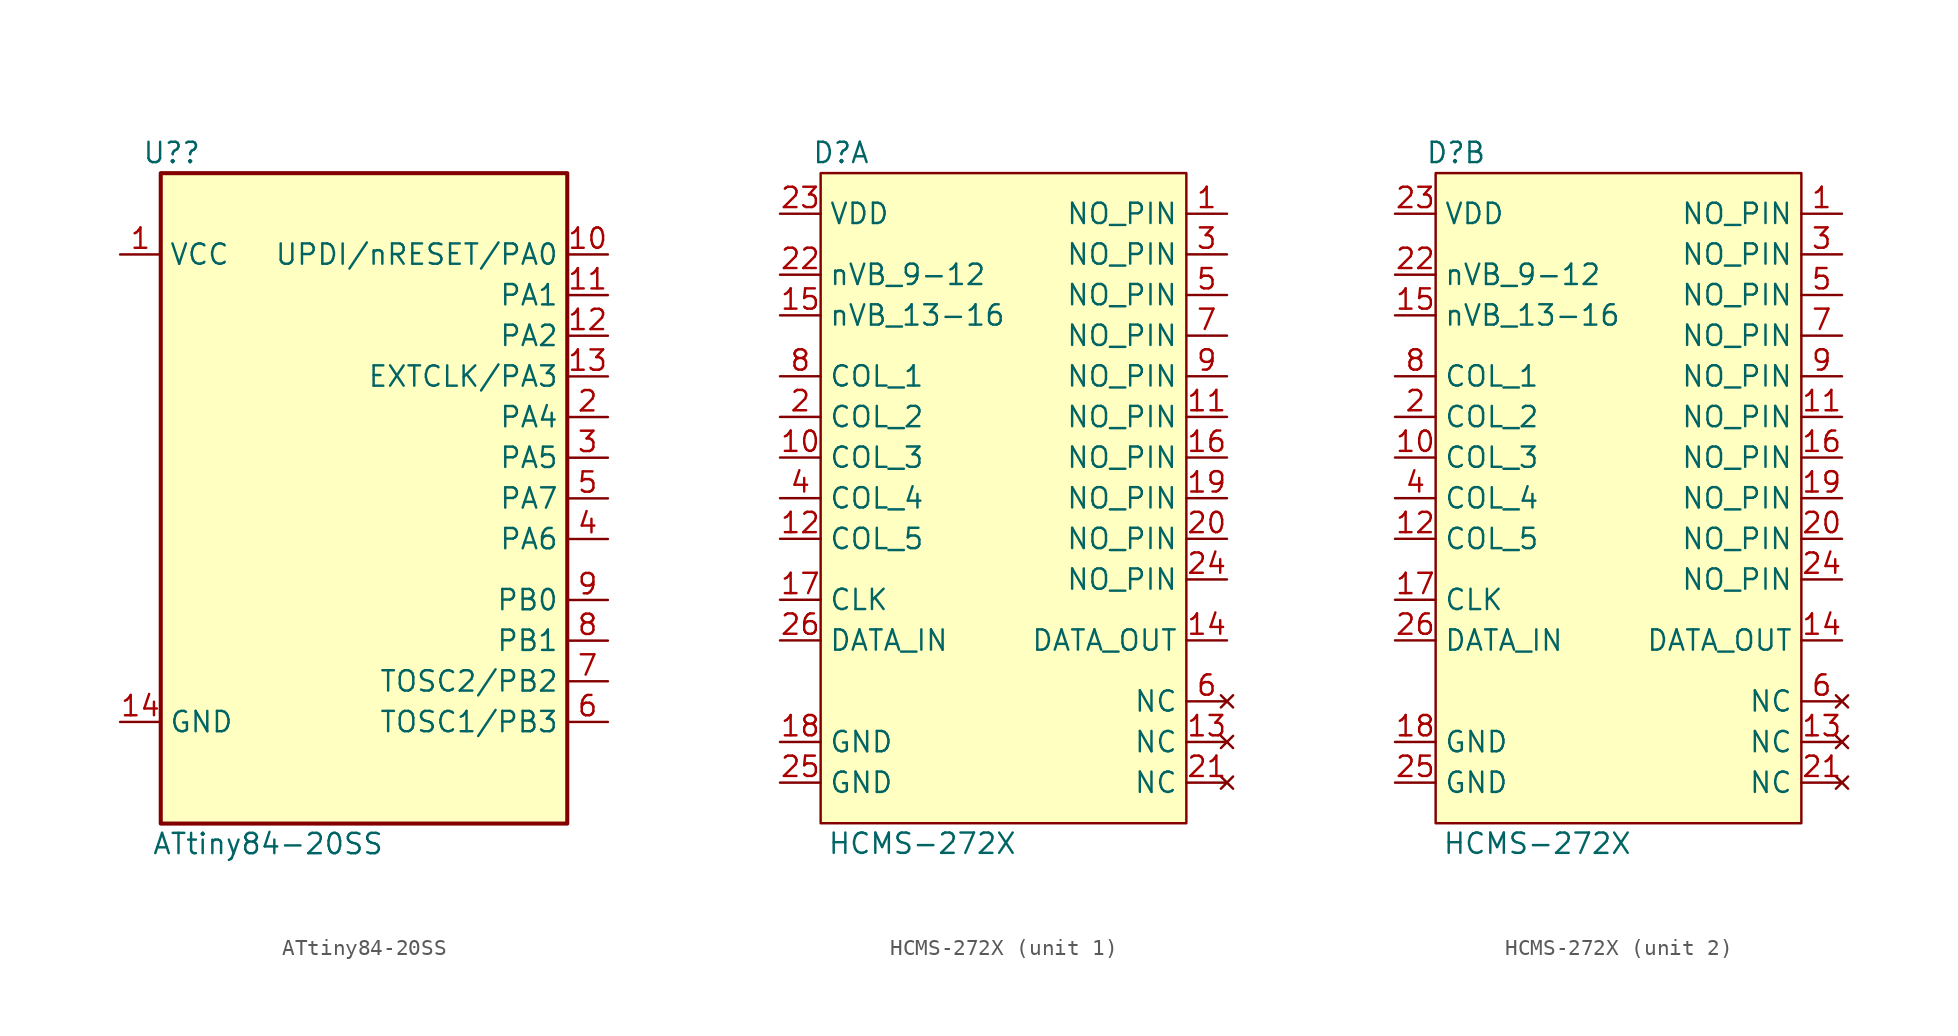
<source format=kicad_sym>
(kicad_symbol_lib
  (version 20211014)
  (generator kicad_symbol_editor)
  (symbol "ATtiny84-20SS"
    (property "Reference" "U?"
      (at -10.16 21.59 0)
      (effects (font (size 1.27 1.27)) (justify right)))
    (property "Value" "ATtiny84-20SS"
      (at 1.27 -21.59 0)
      (effects (font (size 1.27 1.27)) (justify right)))
    (symbol "ATtiny84-20SS_0_1"
      (rectangle (start -12.7 -20.32) (end 12.7 20.32) (stroke (width 0.254) (type default) (color 0 0 0 0)) (fill (type background))))
    (symbol "ATtiny84-20SS_1_1"
      (pin power_in line (at -15.24 15.24 0) (length 2.54) (name "VCC" (effects (font (size 1.27 1.27)))) (number "1" (effects (font (size 1.27 1.27)))))
      (pin bidirectional line (at 15.24 15.24 180) (length 2.54) (name "UPDI/nRESET/PA0" (effects (font (size 1.27 1.27)))) (number "10" (effects (font (size 1.27 1.27)))))
      (pin bidirectional line (at 15.24 12.7 180) (length 2.54) (name "PA1" (effects (font (size 1.27 1.27)))) (number "11" (effects (font (size 1.27 1.27)))))
      (pin bidirectional line (at 15.24 10.16 180) (length 2.54) (name "PA2" (effects (font (size 1.27 1.27)))) (number "12" (effects (font (size 1.27 1.27)))))
      (pin bidirectional line (at 15.24 7.62 180) (length 2.54) (name "EXTCLK/PA3" (effects (font (size 1.27 1.27)))) (number "13" (effects (font (size 1.27 1.27)))))
      (pin power_in line (at -15.24 -13.97 0) (length 2.54) (name "GND" (effects (font (size 1.27 1.27)))) (number "14" (effects (font (size 1.27 1.27)))))
      (pin bidirectional line (at 15.24 5.08 180) (length 2.54) (name "PA4" (effects (font (size 1.27 1.27)))) (number "2" (effects (font (size 1.27 1.27)))))
      (pin bidirectional line (at 15.24 2.54 180) (length 2.54) (name "PA5" (effects (font (size 1.27 1.27)))) (number "3" (effects (font (size 1.27 1.27)))))
      (pin bidirectional line (at 15.24 -2.54 180) (length 2.54) (name "PA6" (effects (font (size 1.27 1.27)))) (number "4" (effects (font (size 1.27 1.27)))))
      (pin bidirectional line (at 15.24 0 180) (length 2.54) (name "PA7" (effects (font (size 1.27 1.27)))) (number "5" (effects (font (size 1.27 1.27)))))
      (pin bidirectional line (at 15.24 -13.97 180) (length 2.54) (name "TOSC1/PB3" (effects (font (size 1.27 1.27)))) (number "6" (effects (font (size 1.27 1.27)))))
      (pin bidirectional line (at 15.24 -11.43 180) (length 2.54) (name "TOSC2/PB2" (effects (font (size 1.27 1.27)))) (number "7" (effects (font (size 1.27 1.27)))))
      (pin bidirectional line (at 15.24 -8.89 180) (length 2.54) (name "PB1" (effects (font (size 1.27 1.27)))) (number "8" (effects (font (size 1.27 1.27)))))
      (pin bidirectional line (at 15.24 -6.35 180) (length 2.54) (name "PB0" (effects (font (size 1.27 1.27)))) (number "9" (effects (font (size 1.27 1.27)))))))
  (symbol "HCMS-272X"
    (property "Reference" "D"
      (at 1.27 41.91 0)
      (effects (font (size 1.27 1.27))))
    (property "Value" "HCMS-272X"
      (at 6.35 -1.27 0)
      (effects (font (size 1.27 1.27))))
    (symbol "HCMS-272X_0_1"
      (rectangle (start 0 40.64) (end 22.86 0) (stroke (width 0) (type default) (color 0 0 0 0)) (fill (type background))))
    (symbol "HCMS-272X_1_1"
      (pin free line (at 25.4 38.1 180) (length 2.54) (name "NO_PIN" (effects (font (size 1.27 1.27)))) (number "1" (effects (font (size 1.27 1.27)))))
      (pin input line (at -2.54 22.86 0) (length 2.54) (name "COL_3" (effects (font (size 1.27 1.27)))) (number "10" (effects (font (size 1.27 1.27)))))
      (pin free line (at 25.4 25.4 180) (length 2.54) (name "NO_PIN" (effects (font (size 1.27 1.27)))) (number "11" (effects (font (size 1.27 1.27)))))
      (pin input line (at -2.54 17.78 0) (length 2.54) (name "COL_5" (effects (font (size 1.27 1.27)))) (number "12" (effects (font (size 1.27 1.27)))))
      (pin no_connect line (at 25.4 5.08 180) (length 2.54) (name "NC" (effects (font (size 1.27 1.27)))) (number "13" (effects (font (size 1.27 1.27)))))
      (pin output line (at 25.4 11.43 180) (length 2.54) (name "DATA_OUT" (effects (font (size 1.27 1.27)))) (number "14" (effects (font (size 1.27 1.27)))))
      (pin input line (at -2.54 31.75 0) (length 2.54) (name "nVB_13-16" (effects (font (size 1.27 1.27)))) (number "15" (effects (font (size 1.27 1.27)))))
      (pin free line (at 25.4 22.86 180) (length 2.54) (name "NO_PIN" (effects (font (size 1.27 1.27)))) (number "16" (effects (font (size 1.27 1.27)))))
      (pin input line (at -2.54 13.97 0) (length 2.54) (name "CLK" (effects (font (size 1.27 1.27)))) (number "17" (effects (font (size 1.27 1.27)))))
      (pin power_out line (at -2.54 5.08 0) (length 2.54) (name "GND" (effects (font (size 1.27 1.27)))) (number "18" (effects (font (size 1.27 1.27)))))
      (pin free line (at 25.4 20.32 180) (length 2.54) (name "NO_PIN" (effects (font (size 1.27 1.27)))) (number "19" (effects (font (size 1.27 1.27)))))
      (pin input line (at -2.54 25.4 0) (length 2.54) (name "COL_2" (effects (font (size 1.27 1.27)))) (number "2" (effects (font (size 1.27 1.27)))))
      (pin free line (at 25.4 17.78 180) (length 2.54) (name "NO_PIN" (effects (font (size 1.27 1.27)))) (number "20" (effects (font (size 1.27 1.27)))))
      (pin no_connect line (at 25.4 2.54 180) (length 2.54) (name "NC" (effects (font (size 1.27 1.27)))) (number "21" (effects (font (size 1.27 1.27)))))
      (pin input line (at -2.54 34.29 0) (length 2.54) (name "nVB_9-12" (effects (font (size 1.27 1.27)))) (number "22" (effects (font (size 1.27 1.27)))))
      (pin power_in line (at -2.54 38.1 0) (length 2.54) (name "VDD" (effects (font (size 1.27 1.27)))) (number "23" (effects (font (size 1.27 1.27)))))
      (pin free line (at 25.4 15.24 180) (length 2.54) (name "NO_PIN" (effects (font (size 1.27 1.27)))) (number "24" (effects (font (size 1.27 1.27)))))
      (pin power_out line (at -2.54 2.54 0) (length 2.54) (name "GND" (effects (font (size 1.27 1.27)))) (number "25" (effects (font (size 1.27 1.27)))))
      (pin input line (at -2.54 11.43 0) (length 2.54) (name "DATA_IN" (effects (font (size 1.27 1.27)))) (number "26" (effects (font (size 1.27 1.27)))))
      (pin free line (at 25.4 35.56 180) (length 2.54) (name "NO_PIN" (effects (font (size 1.27 1.27)))) (number "3" (effects (font (size 1.27 1.27)))))
      (pin input line (at -2.54 20.32 0) (length 2.54) (name "COL_4" (effects (font (size 1.27 1.27)))) (number "4" (effects (font (size 1.27 1.27)))))
      (pin free line (at 25.4 33.02 180) (length 2.54) (name "NO_PIN" (effects (font (size 1.27 1.27)))) (number "5" (effects (font (size 1.27 1.27)))))
      (pin no_connect line (at 25.4 7.62 180) (length 2.54) (name "NC" (effects (font (size 1.27 1.27)))) (number "6" (effects (font (size 1.27 1.27)))))
      (pin free line (at 25.4 30.48 180) (length 2.54) (name "NO_PIN" (effects (font (size 1.27 1.27)))) (number "7" (effects (font (size 1.27 1.27)))))
      (pin input line (at -2.54 27.94 0) (length 2.54) (name "COL_1" (effects (font (size 1.27 1.27)))) (number "8" (effects (font (size 1.27 1.27)))))
      (pin free line (at 25.4 27.94 180) (length 2.54) (name "NO_PIN" (effects (font (size 1.27 1.27)))) (number "9" (effects (font (size 1.27 1.27))))))
    (symbol "HCMS-272X_2_1"
      (pin free line (at 25.4 38.1 180) (length 2.54) (name "NO_PIN" (effects (font (size 1.27 1.27)))) (number "1" (effects (font (size 1.27 1.27)))))
      (pin input line (at -2.54 22.86 0) (length 2.54) (name "COL_3" (effects (font (size 1.27 1.27)))) (number "10" (effects (font (size 1.27 1.27)))))
      (pin free line (at 25.4 25.4 180) (length 2.54) (name "NO_PIN" (effects (font (size 1.27 1.27)))) (number "11" (effects (font (size 1.27 1.27)))))
      (pin input line (at -2.54 17.78 0) (length 2.54) (name "COL_5" (effects (font (size 1.27 1.27)))) (number "12" (effects (font (size 1.27 1.27)))))
      (pin no_connect line (at 25.4 5.08 180) (length 2.54) (name "NC" (effects (font (size 1.27 1.27)))) (number "13" (effects (font (size 1.27 1.27)))))
      (pin output line (at 25.4 11.43 180) (length 2.54) (name "DATA_OUT" (effects (font (size 1.27 1.27)))) (number "14" (effects (font (size 1.27 1.27)))))
      (pin input line (at -2.54 31.75 0) (length 2.54) (name "nVB_13-16" (effects (font (size 1.27 1.27)))) (number "15" (effects (font (size 1.27 1.27)))))
      (pin free line (at 25.4 22.86 180) (length 2.54) (name "NO_PIN" (effects (font (size 1.27 1.27)))) (number "16" (effects (font (size 1.27 1.27)))))
      (pin input line (at -2.54 13.97 0) (length 2.54) (name "CLK" (effects (font (size 1.27 1.27)))) (number "17" (effects (font (size 1.27 1.27)))))
      (pin power_out line (at -2.54 5.08 0) (length 2.54) (name "GND" (effects (font (size 1.27 1.27)))) (number "18" (effects (font (size 1.27 1.27)))))
      (pin free line (at 25.4 20.32 180) (length 2.54) (name "NO_PIN" (effects (font (size 1.27 1.27)))) (number "19" (effects (font (size 1.27 1.27)))))
      (pin input line (at -2.54 25.4 0) (length 2.54) (name "COL_2" (effects (font (size 1.27 1.27)))) (number "2" (effects (font (size 1.27 1.27)))))
      (pin free line (at 25.4 17.78 180) (length 2.54) (name "NO_PIN" (effects (font (size 1.27 1.27)))) (number "20" (effects (font (size 1.27 1.27)))))
      (pin no_connect line (at 25.4 2.54 180) (length 2.54) (name "NC" (effects (font (size 1.27 1.27)))) (number "21" (effects (font (size 1.27 1.27)))))
      (pin input line (at -2.54 34.29 0) (length 2.54) (name "nVB_9-12" (effects (font (size 1.27 1.27)))) (number "22" (effects (font (size 1.27 1.27)))))
      (pin power_in line (at -2.54 38.1 0) (length 2.54) (name "VDD" (effects (font (size 1.27 1.27)))) (number "23" (effects (font (size 1.27 1.27)))))
      (pin free line (at 25.4 15.24 180) (length 2.54) (name "NO_PIN" (effects (font (size 1.27 1.27)))) (number "24" (effects (font (size 1.27 1.27)))))
      (pin power_out line (at -2.54 2.54 0) (length 2.54) (name "GND" (effects (font (size 1.27 1.27)))) (number "25" (effects (font (size 1.27 1.27)))))
      (pin input line (at -2.54 11.43 0) (length 2.54) (name "DATA_IN" (effects (font (size 1.27 1.27)))) (number "26" (effects (font (size 1.27 1.27)))))
      (pin free line (at 25.4 35.56 180) (length 2.54) (name "NO_PIN" (effects (font (size 1.27 1.27)))) (number "3" (effects (font (size 1.27 1.27)))))
      (pin input line (at -2.54 20.32 0) (length 2.54) (name "COL_4" (effects (font (size 1.27 1.27)))) (number "4" (effects (font (size 1.27 1.27)))))
      (pin free line (at 25.4 33.02 180) (length 2.54) (name "NO_PIN" (effects (font (size 1.27 1.27)))) (number "5" (effects (font (size 1.27 1.27)))))
      (pin no_connect line (at 25.4 7.62 180) (length 2.54) (name "NC" (effects (font (size 1.27 1.27)))) (number "6" (effects (font (size 1.27 1.27)))))
      (pin free line (at 25.4 30.48 180) (length 2.54) (name "NO_PIN" (effects (font (size 1.27 1.27)))) (number "7" (effects (font (size 1.27 1.27)))))
      (pin input line (at -2.54 27.94 0) (length 2.54) (name "COL_1" (effects (font (size 1.27 1.27)))) (number "8" (effects (font (size 1.27 1.27)))))
      (pin free line (at 25.4 27.94 180) (length 2.54) (name "NO_PIN" (effects (font (size 1.27 1.27)))) (number "9" (effects (font (size 1.27 1.27))))))))
</source>
